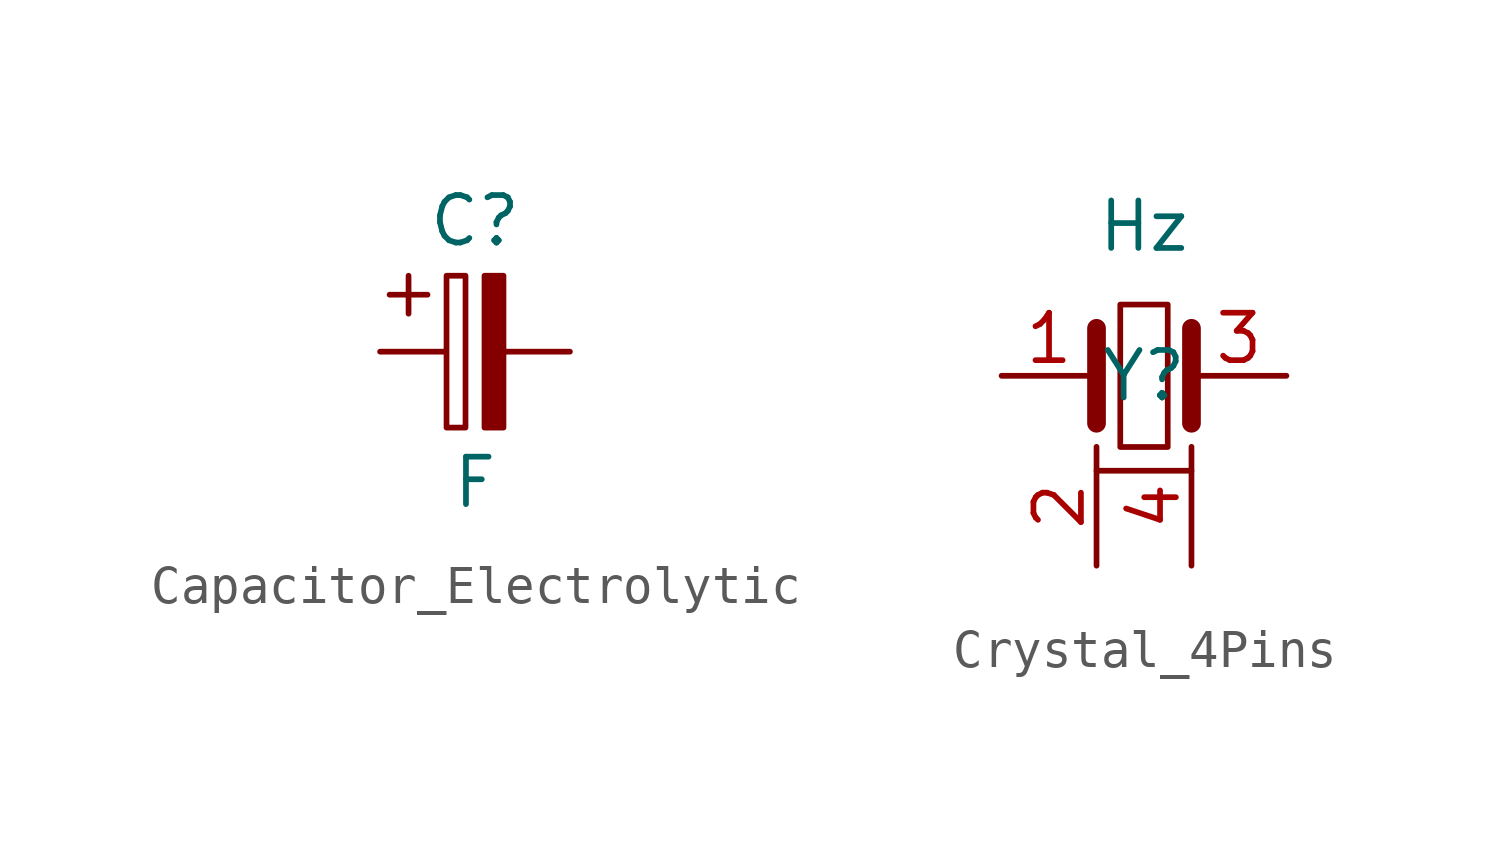
<source format=kicad_sym>
(kicad_symbol_lib
  (version 20241209)
  (generator "kicad_symbol_editor")
  (generator_version "9.0")
  (symbol "Capacitor_Electrolytic"
    (pin_numbers
      (hide yes))
    (property "Reference" "C"
      (at 0 3.5 0)
      (effects (font (size 1.27 1.27))))
    (property "Value" "F"
      (at 0 -3.5 0)
      (effects (font (size 1.27 1.27))))
    (symbol "Capacitor_Electrolytic_0_1"
      (rectangle (start -0.762 2.032) (end -0.254 -2.032) (stroke (width 0) (type default)) (fill (type none))))
    (symbol "Capacitor_Electrolytic_1_1"
      (polyline (pts (xy -2.286 1.524) (xy -1.27 1.524)) (stroke (width 0) (type default)) (fill (type none)))
      (polyline (pts (xy -1.778 1.016) (xy -1.778 2.032)) (stroke (width 0) (type default)) (fill (type none)))
      (rectangle (start 0.254 2.032) (end 0.762 -2.032) (stroke (width 0) (type solid)) (fill (type outline)))
      (pin passive line (at -2.54 0 0) (length 1.75) (name "~" (effects (font (size 1.27 1.27)))) (number "1" (effects (font (size 1.27 1.27)))))
      (pin passive line (at 2.54 0 180) (length 1.75) (name "~" (effects (font (size 1.27 1.27)))) (number "2" (effects (font (size 1.27 1.27)))))))
  (symbol "Crystal_4Pins"
    (pin_names
      (hide yes))
    (property "Reference" "Y"
      (at 0 0 0)
      (effects (font (size 1.27 1.27))))
    (property "Value" "Hz"
      (at 0 4 0)
      (effects (font (size 1.27 1.27))))
    (symbol "Crystal_4Pins_0_0"
      (pin passive line (at -3.81 0 0) (length 2.54) (name "~" (effects (font (size 1.27 1.27)))) (number "1" (effects (font (size 1.27 1.27)))))
      (pin passive line (at 3.81 0 180) (length 2.54) (name "~" (effects (font (size 1.27 1.27)))) (number "3" (effects (font (size 1.27 1.27))))))
    (symbol "Crystal_4Pins_0_1"
      (polyline (pts (xy -1.27 -2.54) (xy 1.27 -2.54)) (stroke (width 0) (type default)) (fill (type none)))
      (rectangle (start -0.635 1.905) (end 0.635 -1.905) (stroke (width 0) (type default)) (fill (type none))))
    (symbol "Crystal_4Pins_1_0"
      (pin power_in line (at -1.27 -5.08 90) (length 3.18) (name "GND" (effects (font (size 1.27 1.27)))) (number "2" (effects (font (size 1.27 1.27))))))
    (symbol "Crystal_4Pins_1_1"
      (polyline (pts (xy -1.27 -1.27) (xy -1.27 1.27)) (stroke (width 0.5) (type solid)) (fill (type none)))
      (polyline (pts (xy 1.27 1.27) (xy 1.27 -1.27)) (stroke (width 0.5) (type solid)) (fill (type none)))
      (pin power_in line (at 1.27 -5.08 90) (length 3.18) (name "GND" (effects (font (size 1.27 1.27)))) (number "4" (effects (font (size 1.27 1.27))))))))
</source>
